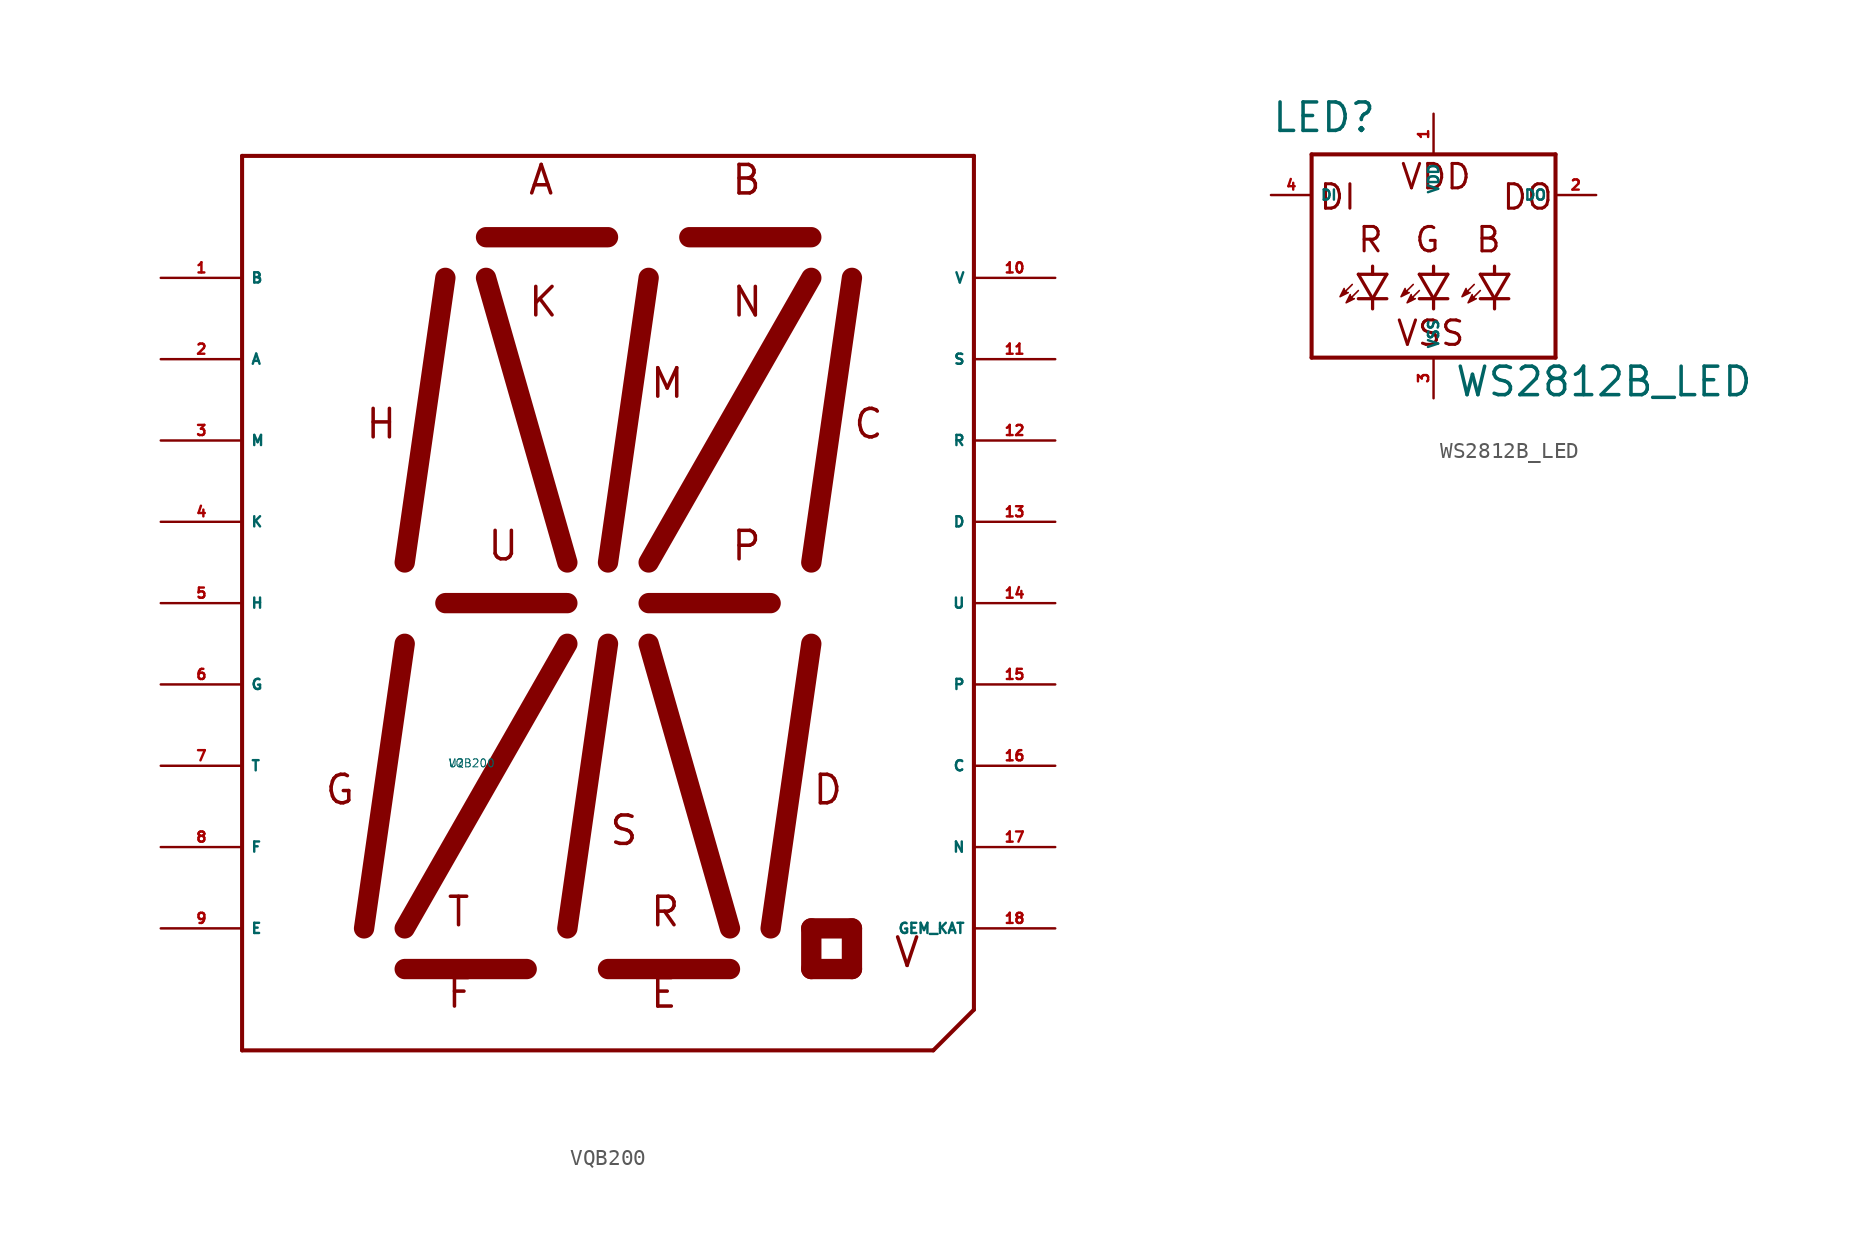
<source format=kicad_sym>
(kicad_symbol_lib
  (version 20220914)
  (generator Eagle2Kicad)
  (symbol "VQB200"
    (property "Reference" "U"
      (at -10 -10 0)
      (effects (font (size 0.5 0.5) (thickness 0.06)) (justify left)))
    (property "Value" "VQB200"
      (at -10 -10 0)
      (effects (font (size 0.5 0.5) (thickness 0.06)) (justify left)))
    (polyline
      (pts (xy -22.86 27.94) (xy -22.86 -27.94))
      (stroke (width 0.254) (type default))
      (fill (type none)))
    (polyline
      (pts (xy -22.86 -27.94) (xy 20.32 -27.94))
      (stroke (width 0.254) (type default))
      (fill (type none)))
    (polyline
      (pts (xy 22.86 -25.4) (xy 22.86 27.94))
      (stroke (width 0.254) (type default))
      (fill (type none)))
    (polyline
      (pts (xy 22.86 27.94) (xy -22.86 27.94))
      (stroke (width 0.254) (type default))
      (fill (type none)))
    (polyline
      (pts (xy -10.16 0) (xy -2.54 0))
      (stroke (width 1.27) (type default))
      (fill (type none)))
    (polyline
      (pts (xy -12.7 2.54) (xy -10.16 20.32))
      (stroke (width 1.27) (type default))
      (fill (type none)))
    (polyline
      (pts (xy -7.62 22.86) (xy 0 22.86))
      (stroke (width 1.27) (type default))
      (fill (type none)))
    (polyline
      (pts (xy 12.7 2.54) (xy 15.24 20.32))
      (stroke (width 1.27) (type default))
      (fill (type none)))
    (polyline
      (pts (xy -15.24 -20.32) (xy -12.7 -2.54))
      (stroke (width 1.27) (type default))
      (fill (type none)))
    (polyline
      (pts (xy 10.16 -20.32) (xy 12.7 -2.54))
      (stroke (width 1.27) (type default))
      (fill (type none)))
    (polyline
      (pts (xy 0 2.54) (xy 2.54 20.32))
      (stroke (width 1.27) (type default))
      (fill (type none)))
    (polyline
      (pts (xy -2.54 -20.32) (xy 0 -2.54))
      (stroke (width 1.27) (type default))
      (fill (type none)))
    (polyline
      (pts (xy -7.62 20.32) (xy -2.54 2.54))
      (stroke (width 1.27) (type default))
      (fill (type none)))
    (polyline
      (pts (xy 12.7 20.32) (xy 2.54 2.54))
      (stroke (width 1.27) (type default))
      (fill (type none)))
    (polyline
      (pts (xy -2.54 -2.54) (xy -12.7 -20.32))
      (stroke (width 1.27) (type default))
      (fill (type none)))
    (polyline
      (pts (xy 2.54 -2.54) (xy 7.62 -20.32))
      (stroke (width 1.27) (type default))
      (fill (type none)))
    (polyline
      (pts (xy 12.7 -20.32) (xy 12.7 -22.86))
      (stroke (width 1.27) (type default))
      (fill (type none)))
    (polyline
      (pts (xy 12.7 -22.86) (xy 15.24 -22.86))
      (stroke (width 1.27) (type default))
      (fill (type none)))
    (polyline
      (pts (xy 15.24 -22.86) (xy 15.24 -20.32))
      (stroke (width 1.27) (type default))
      (fill (type none)))
    (polyline
      (pts (xy 15.24 -20.32) (xy 12.7 -20.32))
      (stroke (width 1.27) (type default))
      (fill (type none)))
    (polyline
      (pts (xy 22.86 -25.4) (xy 20.32 -27.94))
      (stroke (width 0.254) (type default))
      (fill (type none)))
    (polyline
      (pts (xy 5.08 22.86) (xy 12.7 22.86))
      (stroke (width 1.27) (type default))
      (fill (type none)))
    (polyline
      (pts (xy 2.54 0) (xy 10.16 0))
      (stroke (width 1.27) (type default))
      (fill (type none)))
    (polyline
      (pts (xy -12.7 -22.86) (xy -5.08 -22.86))
      (stroke (width 1.27) (type default))
      (fill (type none)))
    (polyline
      (pts (xy 0 -22.86) (xy 7.62 -22.86))
      (stroke (width 1.27) (type default))
      (fill (type none)))
    (text "A"
      (at -5.08 25.4 0)
      (effects (font (size 1.778 1.778) (thickness 0.22)) (justify left bottom)))
    (text "B"
      (at 7.62 25.4 0)
      (effects (font (size 1.778 1.778) (thickness 0.22)) (justify left bottom)))
    (text "C"
      (at 15.24 10.16 0)
      (effects (font (size 1.778 1.778) (thickness 0.22)) (justify left bottom)))
    (text "D"
      (at 12.7 -12.7 0)
      (effects (font (size 1.778 1.778) (thickness 0.22)) (justify left bottom)))
    (text "E"
      (at 2.54 -25.4 0)
      (effects (font (size 1.778 1.778) (thickness 0.22)) (justify left bottom)))
    (text "F"
      (at -10.16 -25.4 0)
      (effects (font (size 1.778 1.778) (thickness 0.22)) (justify left bottom)))
    (text "G"
      (at -17.78 -12.7 0)
      (effects (font (size 1.778 1.778) (thickness 0.22)) (justify left bottom)))
    (text "H"
      (at -15.24 10.16 0)
      (effects (font (size 1.778 1.778) (thickness 0.22)) (justify left bottom)))
    (text "V"
      (at 17.78 -22.86 0)
      (effects (font (size 1.778 1.778) (thickness 0.22)) (justify left bottom)))
    (text "K"
      (at -5.08 17.78 0)
      (effects (font (size 1.778 1.778) (thickness 0.22)) (justify left bottom)))
    (text "M"
      (at 2.54 12.7 0)
      (effects (font (size 1.778 1.778) (thickness 0.22)) (justify left bottom)))
    (text "N"
      (at 7.62 17.78 0)
      (effects (font (size 1.778 1.778) (thickness 0.22)) (justify left bottom)))
    (text "U"
      (at -7.62 2.54 0)
      (effects (font (size 1.778 1.778) (thickness 0.22)) (justify left bottom)))
    (text "P"
      (at 7.62 2.54 0)
      (effects (font (size 1.778 1.778) (thickness 0.22)) (justify left bottom)))
    (text "T"
      (at -10.16 -20.32 0)
      (effects (font (size 1.778 1.778) (thickness 0.22)) (justify left bottom)))
    (text "S"
      (at 0 -15.24 0)
      (effects (font (size 1.778 1.778) (thickness 0.22)) (justify left bottom)))
    (text "R"
      (at 2.54 -20.32 0)
      (effects (font (size 1.778 1.778) (thickness 0.22)) (justify left bottom)))
    (pin bidirectional line
      (at -27.94 20.32 0)
      (length 5.08)
      (name "B" (effects (font (size 0.635 0.635) (thickness 0.08)) (justify left bottom)))
      (number "1" (effects (font (size 0.635 0.635) (thickness 0.08)) (justify left bottom))))
    (pin bidirectional line
      (at -27.94 15.24 0)
      (length 5.08)
      (name "A" (effects (font (size 0.635 0.635) (thickness 0.08)) (justify left bottom)))
      (number "2" (effects (font (size 0.635 0.635) (thickness 0.08)) (justify left bottom))))
    (pin bidirectional line
      (at -27.94 10.16 0)
      (length 5.08)
      (name "M" (effects (font (size 0.635 0.635) (thickness 0.08)) (justify left bottom)))
      (number "3" (effects (font (size 0.635 0.635) (thickness 0.08)) (justify left bottom))))
    (pin bidirectional line
      (at -27.94 5.08 0)
      (length 5.08)
      (name "K" (effects (font (size 0.635 0.635) (thickness 0.08)) (justify left bottom)))
      (number "4" (effects (font (size 0.635 0.635) (thickness 0.08)) (justify left bottom))))
    (pin bidirectional line
      (at -27.94 0 0)
      (length 5.08)
      (name "H" (effects (font (size 0.635 0.635) (thickness 0.08)) (justify left bottom)))
      (number "5" (effects (font (size 0.635 0.635) (thickness 0.08)) (justify left bottom))))
    (pin bidirectional line
      (at -27.94 -5.08 0)
      (length 5.08)
      (name "G" (effects (font (size 0.635 0.635) (thickness 0.08)) (justify left bottom)))
      (number "6" (effects (font (size 0.635 0.635) (thickness 0.08)) (justify left bottom))))
    (pin bidirectional line
      (at -27.94 -10.16 0)
      (length 5.08)
      (name "T" (effects (font (size 0.635 0.635) (thickness 0.08)) (justify left bottom)))
      (number "7" (effects (font (size 0.635 0.635) (thickness 0.08)) (justify left bottom))))
    (pin bidirectional line
      (at -27.94 -15.24 0)
      (length 5.08)
      (name "F" (effects (font (size 0.635 0.635) (thickness 0.08)) (justify left bottom)))
      (number "8" (effects (font (size 0.635 0.635) (thickness 0.08)) (justify left bottom))))
    (pin bidirectional line
      (at -27.94 -20.32 0)
      (length 5.08)
      (name "E" (effects (font (size 0.635 0.635) (thickness 0.08)) (justify left bottom)))
      (number "9" (effects (font (size 0.635 0.635) (thickness 0.08)) (justify left bottom))))
    (pin bidirectional line
      (at 27.94 20.32 180)
      (length 5.08)
      (name "V" (effects (font (size 0.635 0.635) (thickness 0.08)) (justify left bottom)))
      (number "10" (effects (font (size 0.635 0.635) (thickness 0.08)) (justify left bottom))))
    (pin bidirectional line
      (at 27.94 15.24 180)
      (length 5.08)
      (name "S" (effects (font (size 0.635 0.635) (thickness 0.08)) (justify left bottom)))
      (number "11" (effects (font (size 0.635 0.635) (thickness 0.08)) (justify left bottom))))
    (pin bidirectional line
      (at 27.94 10.16 180)
      (length 5.08)
      (name "R" (effects (font (size 0.635 0.635) (thickness 0.08)) (justify left bottom)))
      (number "12" (effects (font (size 0.635 0.635) (thickness 0.08)) (justify left bottom))))
    (pin bidirectional line
      (at 27.94 5.08 180)
      (length 5.08)
      (name "D" (effects (font (size 0.635 0.635) (thickness 0.08)) (justify left bottom)))
      (number "13" (effects (font (size 0.635 0.635) (thickness 0.08)) (justify left bottom))))
    (pin bidirectional line
      (at 27.94 0 180)
      (length 5.08)
      (name "U" (effects (font (size 0.635 0.635) (thickness 0.08)) (justify left bottom)))
      (number "14" (effects (font (size 0.635 0.635) (thickness 0.08)) (justify left bottom))))
    (pin bidirectional line
      (at 27.94 -5.08 180)
      (length 5.08)
      (name "P" (effects (font (size 0.635 0.635) (thickness 0.08)) (justify left bottom)))
      (number "15" (effects (font (size 0.635 0.635) (thickness 0.08)) (justify left bottom))))
    (pin bidirectional line
      (at 27.94 -10.16 180)
      (length 5.08)
      (name "C" (effects (font (size 0.635 0.635) (thickness 0.08)) (justify left bottom)))
      (number "16" (effects (font (size 0.635 0.635) (thickness 0.08)) (justify left bottom))))
    (pin bidirectional line
      (at 27.94 -15.24 180)
      (length 5.08)
      (name "N" (effects (font (size 0.635 0.635) (thickness 0.08)) (justify left bottom)))
      (number "17" (effects (font (size 0.635 0.635) (thickness 0.08)) (justify left bottom))))
    (pin bidirectional line
      (at 27.94 -20.32 180)
      (length 5.08)
      (name "GEM_KAT" (effects (font (size 0.635 0.635) (thickness 0.08)) (justify left bottom)))
      (number "18" (effects (font (size 0.635 0.635) (thickness 0.08)) (justify left bottom)))))
  (symbol "WS2812B_LED"
    (property "Reference" "LED"
      (at -10.16 6.35 0)
      (effects (font (size 1.778 1.778) (thickness 0.22)) (justify left bottom)))
    (property "Value" "WS2812B_LED"
      (at 1.27 -10.16 0)
      (effects (font (size 1.778 1.778) (thickness 0.22)) (justify left bottom)))
    (polyline
      (pts (xy -5.588 -3.302) (xy -5.842 -3.81) (xy -5.334 -3.556))
      (stroke (width 0.102) (type default))
      (fill (type outline)))
    (polyline
      (pts (xy -5.207 -3.683) (xy -5.461 -4.191) (xy -4.953 -3.937))
      (stroke (width 0.102) (type default))
      (fill (type outline)))
    (polyline
      (pts (xy -1.778 -3.302) (xy -2.032 -3.81) (xy -1.524 -3.556))
      (stroke (width 0.102) (type default))
      (fill (type outline)))
    (polyline
      (pts (xy -1.397 -3.683) (xy -1.651 -4.191) (xy -1.143 -3.937))
      (stroke (width 0.102) (type default))
      (fill (type outline)))
    (polyline
      (pts (xy 2.032 -3.302) (xy 1.778 -3.81) (xy 2.286 -3.556))
      (stroke (width 0.102) (type default))
      (fill (type outline)))
    (polyline
      (pts (xy 2.413 -3.683) (xy 2.159 -4.191) (xy 2.667 -3.937))
      (stroke (width 0.102) (type default))
      (fill (type outline)))
    (polyline
      (pts (xy -2.921 -2.413) (xy -3.81 -3.937))
      (stroke (width 0.203) (type default))
      (fill (type none)))
    (polyline
      (pts (xy -3.81 -3.937) (xy -4.699 -2.413))
      (stroke (width 0.203) (type default))
      (fill (type none)))
    (polyline
      (pts (xy -2.921 -3.937) (xy -3.81 -3.937))
      (stroke (width 0.203) (type default))
      (fill (type none)))
    (polyline
      (pts (xy -3.81 -3.937) (xy -4.699 -3.937))
      (stroke (width 0.203) (type default))
      (fill (type none)))
    (polyline
      (pts (xy -2.921 -2.413) (xy -3.81 -2.413))
      (stroke (width 0.203) (type default))
      (fill (type none)))
    (polyline
      (pts (xy -3.81 -2.413) (xy -4.699 -2.413))
      (stroke (width 0.203) (type default))
      (fill (type none)))
    (polyline
      (pts (xy -5.08 -3.048) (xy -5.461 -3.429))
      (stroke (width 0.102) (type default))
      (fill (type none)))
    (polyline
      (pts (xy -4.699 -3.429) (xy -5.08 -3.81))
      (stroke (width 0.102) (type default))
      (fill (type none)))
    (polyline
      (pts (xy -3.81 -3.937) (xy -3.81 -4.572))
      (stroke (width 0.203) (type default))
      (fill (type none)))
    (polyline
      (pts (xy -3.81 -1.905) (xy -3.81 -2.413))
      (stroke (width 0.203) (type default))
      (fill (type none)))
    (polyline
      (pts (xy -7.62 5.08) (xy 7.62 5.08))
      (stroke (width 0.254) (type default))
      (fill (type none)))
    (polyline
      (pts (xy 7.62 5.08) (xy 7.62 -7.62))
      (stroke (width 0.254) (type default))
      (fill (type none)))
    (polyline
      (pts (xy 7.62 -7.62) (xy -7.62 -7.62))
      (stroke (width 0.254) (type default))
      (fill (type none)))
    (polyline
      (pts (xy -7.62 -7.62) (xy -7.62 5.08))
      (stroke (width 0.254) (type default))
      (fill (type none)))
    (polyline
      (pts (xy 0.889 -2.413) (xy 0 -3.937))
      (stroke (width 0.203) (type default))
      (fill (type none)))
    (polyline
      (pts (xy 0 -3.937) (xy -0.889 -2.413))
      (stroke (width 0.203) (type default))
      (fill (type none)))
    (polyline
      (pts (xy 0.889 -3.937) (xy 0 -3.937))
      (stroke (width 0.203) (type default))
      (fill (type none)))
    (polyline
      (pts (xy 0 -3.937) (xy -0.889 -3.937))
      (stroke (width 0.203) (type default))
      (fill (type none)))
    (polyline
      (pts (xy 0.889 -2.413) (xy 0 -2.413))
      (stroke (width 0.203) (type default))
      (fill (type none)))
    (polyline
      (pts (xy 0 -2.413) (xy -0.889 -2.413))
      (stroke (width 0.203) (type default))
      (fill (type none)))
    (polyline
      (pts (xy -1.27 -3.048) (xy -1.651 -3.429))
      (stroke (width 0.102) (type default))
      (fill (type none)))
    (polyline
      (pts (xy -0.889 -3.429) (xy -1.27 -3.81))
      (stroke (width 0.102) (type default))
      (fill (type none)))
    (polyline
      (pts (xy 0 -3.937) (xy 0 -4.572))
      (stroke (width 0.203) (type default))
      (fill (type none)))
    (polyline
      (pts (xy 0 -1.905) (xy 0 -2.413))
      (stroke (width 0.203) (type default))
      (fill (type none)))
    (polyline
      (pts (xy 4.699 -2.413) (xy 3.81 -3.937))
      (stroke (width 0.203) (type default))
      (fill (type none)))
    (polyline
      (pts (xy 3.81 -3.937) (xy 2.921 -2.413))
      (stroke (width 0.203) (type default))
      (fill (type none)))
    (polyline
      (pts (xy 4.699 -3.937) (xy 3.81 -3.937))
      (stroke (width 0.203) (type default))
      (fill (type none)))
    (polyline
      (pts (xy 3.81 -3.937) (xy 2.921 -3.937))
      (stroke (width 0.203) (type default))
      (fill (type none)))
    (polyline
      (pts (xy 4.699 -2.413) (xy 3.81 -2.413))
      (stroke (width 0.203) (type default))
      (fill (type none)))
    (polyline
      (pts (xy 3.81 -2.413) (xy 2.921 -2.413))
      (stroke (width 0.203) (type default))
      (fill (type none)))
    (polyline
      (pts (xy 2.54 -3.048) (xy 2.159 -3.429))
      (stroke (width 0.102) (type default))
      (fill (type none)))
    (polyline
      (pts (xy 2.921 -3.429) (xy 2.54 -3.81))
      (stroke (width 0.102) (type default))
      (fill (type none)))
    (polyline
      (pts (xy 3.81 -3.937) (xy 3.81 -4.572))
      (stroke (width 0.203) (type default))
      (fill (type none)))
    (polyline
      (pts (xy 3.81 -1.905) (xy 3.81 -2.413))
      (stroke (width 0.203) (type default))
      (fill (type none)))
    (text "VDD"
      (at -2.159 2.794 0)
      (effects (font (size 1.524 1.524) (thickness 0.19)) (justify left bottom)))
    (text "VSS"
      (at -2.413 -6.985 0)
      (effects (font (size 1.524 1.524) (thickness 0.19)) (justify left bottom)))
    (text "R"
      (at -4.826 -1.143 0)
      (effects (font (size 1.524 1.524) (thickness 0.19)) (justify left bottom)))
    (text "G"
      (at -1.27 -1.143 0)
      (effects (font (size 1.524 1.524) (thickness 0.19)) (justify left bottom)))
    (text "B"
      (at 2.54 -1.143 0)
      (effects (font (size 1.524 1.524) (thickness 0.19)) (justify left bottom)))
    (text "DI"
      (at -7.239 1.524 0)
      (effects (font (size 1.524 1.524) (thickness 0.19)) (justify left bottom)))
    (text "DO"
      (at 4.191 1.524 0)
      (effects (font (size 1.524 1.524) (thickness 0.19)) (justify left bottom)))
    (pin unspecified line
      (at 0 7.62 270)
      (length 2.54)
      (name "VDD" (effects (font (size 0.635 0.635) (thickness 0.08)) (justify left bottom)))
      (number "1" (effects (font (size 0.635 0.635) (thickness 0.08)) (justify left bottom))))
    (pin unspecified line
      (at 0 -10.16 90)
      (length 2.54)
      (name "VSS" (effects (font (size 0.635 0.635) (thickness 0.08)) (justify left bottom)))
      (number "3" (effects (font (size 0.635 0.635) (thickness 0.08)) (justify left bottom))))
    (pin input line
      (at -10.16 2.54 0)
      (length 2.54)
      (name "DI" (effects (font (size 0.635 0.635) (thickness 0.08)) (justify left bottom)))
      (number "4" (effects (font (size 0.635 0.635) (thickness 0.08)) (justify left bottom))))
    (pin output line
      (at 10.16 2.54 180)
      (length 2.54)
      (name "DO" (effects (font (size 0.635 0.635) (thickness 0.08)) (justify left bottom)))
      (number "2" (effects (font (size 0.635 0.635) (thickness 0.08)) (justify left bottom))))))
</source>
